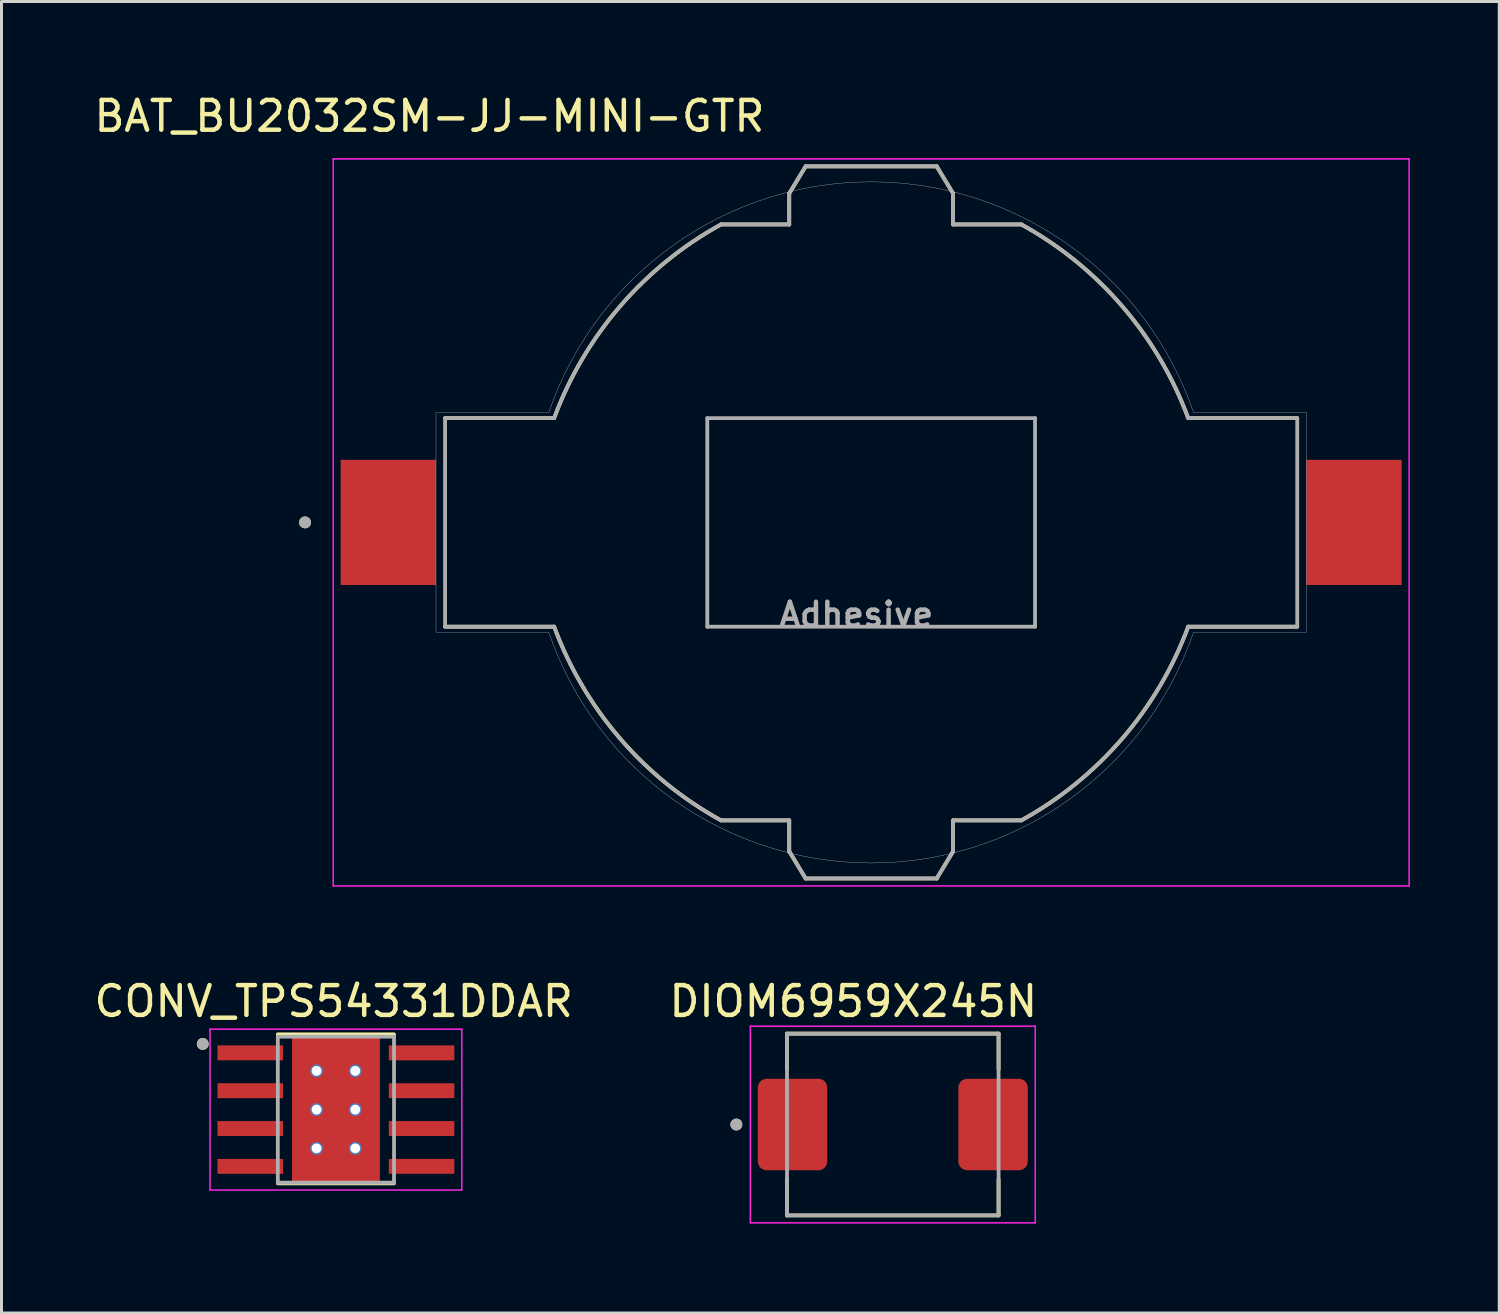
<source format=kicad_pcb>
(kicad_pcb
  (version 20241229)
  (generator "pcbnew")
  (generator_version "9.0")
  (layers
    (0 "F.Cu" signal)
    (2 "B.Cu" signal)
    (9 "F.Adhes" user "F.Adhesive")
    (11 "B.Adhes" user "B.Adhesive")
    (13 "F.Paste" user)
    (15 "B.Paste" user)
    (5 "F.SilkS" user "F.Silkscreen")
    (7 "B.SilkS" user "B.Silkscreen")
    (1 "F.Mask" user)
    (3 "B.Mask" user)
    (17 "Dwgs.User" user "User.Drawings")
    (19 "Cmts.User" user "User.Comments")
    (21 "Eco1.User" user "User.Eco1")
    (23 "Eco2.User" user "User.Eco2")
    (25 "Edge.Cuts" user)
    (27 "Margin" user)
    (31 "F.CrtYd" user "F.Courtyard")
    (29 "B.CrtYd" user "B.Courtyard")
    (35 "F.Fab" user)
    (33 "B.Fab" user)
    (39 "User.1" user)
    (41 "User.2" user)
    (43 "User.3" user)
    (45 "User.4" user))
  (footprint "DIOM6959X245N"
    (layer "F.Cu")
    (at 26.914 34.691)
    (property "Reference" "DIOM6959X245N" (at -1.325 -4.135 0) (layer "F.SilkS") (effects (font (size 1 1) (thickness 0.15))))
    (attr smd)
    (fp_line (start -3.55 -3.05) (end 3.55 -3.05) (stroke (width 0.127) (type solid)) (layer "F.SilkS"))
    (fp_line (start -3.55 -1.849) (end -3.55 -3.05) (stroke (width 0.127) (type solid)) (layer "F.SilkS"))
    (fp_line (start -3.55 1.849) (end -3.55 3.05) (stroke (width 0.127) (type solid)) (layer "F.SilkS"))
    (fp_line (start -3.55 3.05) (end 3.55 3.05) (stroke (width 0.127) (type solid)) (layer "F.SilkS"))
    (fp_line (start 3.55 -3.05) (end 3.55 -1.849) (stroke (width 0.127) (type solid)) (layer "F.SilkS"))
    (fp_line (start 3.55 3.05) (end 3.55 1.849) (stroke (width 0.127) (type solid)) (layer "F.SilkS"))
    (fp_circle (center -5.25 0) (end -5.15 0) (stroke (width 0.2) (type solid)) (fill no) (layer "F.SilkS"))
    (fp_line (start -4.78 -3.3) (end 4.78 -3.3) (stroke (width 0.05) (type solid)) (layer "F.CrtYd"))
    (fp_line (start -4.78 3.3) (end -4.78 -3.3) (stroke (width 0.05) (type solid)) (layer "F.CrtYd"))
    (fp_line (start 4.78 -3.3) (end 4.78 3.3) (stroke (width 0.05) (type solid)) (layer "F.CrtYd"))
    (fp_line (start 4.78 3.3) (end -4.78 3.3) (stroke (width 0.05) (type solid)) (layer "F.CrtYd"))
    (fp_line (start -3.55 -3.05) (end 3.55 -3.05) (stroke (width 0.127) (type solid)) (layer "F.Fab"))
    (fp_line (start -3.55 3.05) (end -3.55 -3.05) (stroke (width 0.127) (type solid)) (layer "F.Fab"))
    (fp_line (start 3.55 -3.05) (end 3.55 3.05) (stroke (width 0.127) (type solid)) (layer "F.Fab"))
    (fp_line (start 3.55 3.05) (end -3.55 3.05) (stroke (width 0.127) (type solid)) (layer "F.Fab"))
    (fp_circle (center -5.25 0) (end -5.15 0) (stroke (width 0.2) (type solid)) (fill no) (layer "F.Fab"))
    (pad "A" smd roundrect (at 3.365 0) (size 2.33 3.07) (layers "F.Cu" "F.Mask" "F.Paste") (roundrect_rratio 0.125))
    (pad "C" smd roundrect (at -3.365 0) (size 2.33 3.07) (layers "F.Cu" "F.Mask" "F.Paste") (roundrect_rratio 0.125)))
  (footprint "CONV_TPS54331DDAR"
    (layer "F.Cu")
    (at 8.224 34.191)
    (property "Reference" "CONV_TPS54331DDAR" (at -0.075 -3.635 0) (layer "F.SilkS") (effects (font (size 1 1) (thickness 0.15))))
    (attr smd)
    (fp_poly (pts (xy -4.045 -2.225) (xy -1.705 -2.225) (xy -1.705 -1.585) (xy -4.045 -1.585)) (stroke (width 0.01) (type solid)) (fill yes) (layer "F.Mask"))
    (fp_poly (pts (xy -4.045 -0.955) (xy -1.705 -0.955) (xy -1.705 -0.315) (xy -4.045 -0.315)) (stroke (width 0.01) (type solid)) (fill yes) (layer "F.Mask"))
    (fp_poly (pts (xy -4.045 0.315) (xy -1.705 0.315) (xy -1.705 0.955) (xy -4.045 0.955)) (stroke (width 0.01) (type solid)) (fill yes) (layer "F.Mask"))
    (fp_poly (pts (xy -4.045 1.585) (xy -1.705 1.585) (xy -1.705 2.225) (xy -4.045 2.225)) (stroke (width 0.01) (type solid)) (fill yes) (layer "F.Mask"))
    (fp_poly (pts (xy -1.2 -1.55) (xy 1.2 -1.55) (xy 1.2 1.55) (xy -1.2 1.55)) (stroke (width 0.01) (type solid)) (fill yes) (layer "F.Mask"))
    (fp_poly (pts (xy 1.705 -2.225) (xy 4.045 -2.225) (xy 4.045 -1.585) (xy 1.705 -1.585)) (stroke (width 0.01) (type solid)) (fill yes) (layer "F.Mask"))
    (fp_poly (pts (xy 1.705 -0.955) (xy 4.045 -0.955) (xy 4.045 -0.315) (xy 1.705 -0.315)) (stroke (width 0.01) (type solid)) (fill yes) (layer "F.Mask"))
    (fp_poly (pts (xy 1.705 0.315) (xy 4.045 0.315) (xy 4.045 0.955) (xy 1.705 0.955)) (stroke (width 0.01) (type solid)) (fill yes) (layer "F.Mask"))
    (fp_poly (pts (xy 1.705 1.585) (xy 4.045 1.585) (xy 4.045 2.225) (xy 1.705 2.225)) (stroke (width 0.01) (type solid)) (fill yes) (layer "F.Mask"))
    (fp_line (start -1.95 -2.525) (end 1.95 -2.525) (stroke (width 0.127) (type solid)) (layer "F.SilkS"))
    (fp_line (start -1.95 2.475) (end 1.95 2.475) (stroke (width 0.127) (type solid)) (layer "F.SilkS"))
    (fp_circle (center -4.47 -2.205) (end -4.37 -2.205) (stroke (width 0.2) (type solid)) (fill no) (layer "F.SilkS"))
    (fp_poly (pts (xy -3.95 -2.13) (xy -1.8 -2.13) (xy -1.8 -1.68) (xy -3.95 -1.68)) (stroke (width 0.01) (type solid)) (fill yes) (layer "F.Paste"))
    (fp_poly (pts (xy -3.95 -0.86) (xy -1.8 -0.86) (xy -1.8 -0.41) (xy -3.95 -0.41)) (stroke (width 0.01) (type solid)) (fill yes) (layer "F.Paste"))
    (fp_poly (pts (xy -3.95 0.41) (xy -1.8 0.41) (xy -1.8 0.86) (xy -3.95 0.86)) (stroke (width 0.01) (type solid)) (fill yes) (layer "F.Paste"))
    (fp_poly (pts (xy -3.95 1.68) (xy -1.8 1.68) (xy -1.8 2.13) (xy -3.95 2.13)) (stroke (width 0.01) (type solid)) (fill yes) (layer "F.Paste"))
    (fp_poly (pts (xy -1.2 -1.55) (xy 1.2 -1.55) (xy 1.2 1.55) (xy -1.2 1.55)) (stroke (width 0.01) (type solid)) (fill yes) (layer "F.Paste"))
    (fp_poly (pts (xy 1.8 -2.13) (xy 3.95 -2.13) (xy 3.95 -1.68) (xy 1.8 -1.68)) (stroke (width 0.01) (type solid)) (fill yes) (layer "F.Paste"))
    (fp_poly (pts (xy 1.8 -0.86) (xy 3.95 -0.86) (xy 3.95 -0.41) (xy 1.8 -0.41)) (stroke (width 0.01) (type solid)) (fill yes) (layer "F.Paste"))
    (fp_poly (pts (xy 1.8 0.41) (xy 3.95 0.41) (xy 3.95 0.86) (xy 1.8 0.86)) (stroke (width 0.01) (type solid)) (fill yes) (layer "F.Paste"))
    (fp_poly (pts (xy 1.8 1.68) (xy 3.95 1.68) (xy 3.95 2.13) (xy 1.8 2.13)) (stroke (width 0.01) (type solid)) (fill yes) (layer "F.Paste"))
    (fp_line (start -4.225 -2.7) (end -4.225 2.7) (stroke (width 0.05) (type solid)) (layer "F.CrtYd"))
    (fp_line (start -4.225 -2.7) (end 4.225 -2.7) (stroke (width 0.05) (type solid)) (layer "F.CrtYd"))
    (fp_line (start -4.225 2.7) (end 4.225 2.7) (stroke (width 0.05) (type solid)) (layer "F.CrtYd"))
    (fp_line (start 4.225 -2.7) (end 4.225 2.7) (stroke (width 0.05) (type solid)) (layer "F.CrtYd"))
    (fp_line (start -1.95 -2.45) (end -1.95 2.45) (stroke (width 0.127) (type solid)) (layer "F.Fab"))
    (fp_line (start -1.95 -2.45) (end 1.95 -2.45) (stroke (width 0.127) (type solid)) (layer "F.Fab"))
    (fp_line (start -1.95 2.45) (end 1.95 2.45) (stroke (width 0.127) (type solid)) (layer "F.Fab"))
    (fp_line (start 1.95 -2.45) (end 1.95 2.45) (stroke (width 0.127) (type solid)) (layer "F.Fab"))
    (fp_circle (center -4.47 -2.205) (end -4.37 -2.205) (stroke (width 0.2) (type solid)) (fill no) (layer "F.Fab"))
    (pad "1" smd rect (at -2.875 -1.905) (size 2.2 0.5) (layers "F.Cu"))
    (pad "2" smd rect (at -2.875 -0.635) (size 2.2 0.5) (layers "F.Cu"))
    (pad "3" smd rect (at -2.875 0.635) (size 2.2 0.5) (layers "F.Cu"))
    (pad "4" smd rect (at -2.875 1.905) (size 2.2 0.5) (layers "F.Cu"))
    (pad "5" smd roundrect (at 2.875 1.905) (size 2.2 0.5) (layers "F.Cu") (roundrect_rratio 0.05))
    (pad "6" smd roundrect (at 2.875 0.635) (size 2.2 0.5) (layers "F.Cu") (roundrect_rratio 0.05))
    (pad "7" smd roundrect (at 2.875 -0.635) (size 2.2 0.5) (layers "F.Cu") (roundrect_rratio 0.05))
    (pad "8" smd roundrect (at 2.875 -1.905) (size 2.2 0.5) (layers "F.Cu") (roundrect_rratio 0.05))
    (pad "9" smd rect (at 0 0) (size 2.95 4.9) (layers "F.Cu"))
    (pad "10" thru_hole circle (at -0.65 -1.3) (size 0.43 0.43) (drill 0.33) (layers "*.Cu"))
    (pad "11" thru_hole circle (at 0.65 -1.3) (size 0.43 0.43) (drill 0.33) (layers "*.Cu"))
    (pad "12" thru_hole circle (at -0.65 0) (size 0.43 0.43) (drill 0.33) (layers "*.Cu"))
    (pad "13" thru_hole circle (at 0.65 0) (size 0.43 0.43) (drill 0.33) (layers "*.Cu"))
    (pad "14" thru_hole circle (at -0.65 1.3) (size 0.43 0.43) (drill 0.33) (layers "*.Cu"))
    (pad "15" thru_hole circle (at 0.65 1.3) (size 0.43 0.43) (drill 0.33) (layers "*.Cu")))
  (footprint "BAT_BU2032SM-JJ-MINI-GTR"
    (layer "F.Cu")
    (at 26.188 14.483)
    (property "Reference" "BAT_BU2032SM-JJ-MINI-GTR" (at -14.825 -13.635 0) (layer "F.SilkS") (effects (font (size 1 1) (thickness 0.15))))
    (attr smd)
    (fp_line (start -14.3 3.5) (end -10.64 3.5) (stroke (width 0.127) (type solid)) (layer "F.SilkS"))
    (fp_line (start -10.64 -3.5) (end -14.3 -3.5) (stroke (width 0.127) (type solid)) (layer "F.SilkS"))
    (fp_line (start -5.04 -10) (end -2.75 -10) (stroke (width 0.127) (type solid)) (layer "F.SilkS"))
    (fp_line (start -2.75 -11.04) (end -2.2 -11.95) (stroke (width 0.127) (type solid)) (layer "F.SilkS"))
    (fp_line (start -2.75 -10) (end -2.75 -11.04) (stroke (width 0.127) (type solid)) (layer "F.SilkS"))
    (fp_line (start -2.75 10) (end -5.04 10) (stroke (width 0.127) (type solid)) (layer "F.SilkS"))
    (fp_line (start -2.75 11.04) (end -2.75 10) (stroke (width 0.127) (type solid)) (layer "F.SilkS"))
    (fp_line (start -2.2 -11.95) (end 2.2 -11.95) (stroke (width 0.127) (type solid)) (layer "F.SilkS"))
    (fp_line (start -2.2 11.95) (end -2.75 11.04) (stroke (width 0.127) (type solid)) (layer "F.SilkS"))
    (fp_line (start 2.2 -11.95) (end 2.75 -11.04) (stroke (width 0.127) (type solid)) (layer "F.SilkS"))
    (fp_line (start 2.2 11.95) (end -2.2 11.95) (stroke (width 0.127) (type solid)) (layer "F.SilkS"))
    (fp_line (start 2.75 -11.04) (end 2.75 -10) (stroke (width 0.127) (type solid)) (layer "F.SilkS"))
    (fp_line (start 2.75 -10) (end 5.04 -10) (stroke (width 0.127) (type solid)) (layer "F.SilkS"))
    (fp_line (start 2.75 10) (end 2.75 11.04) (stroke (width 0.127) (type solid)) (layer "F.SilkS"))
    (fp_line (start 2.75 11.04) (end 2.2 11.95) (stroke (width 0.127) (type solid)) (layer "F.SilkS"))
    (fp_line (start 5.04 10) (end 2.75 10) (stroke (width 0.127) (type solid)) (layer "F.SilkS"))
    (fp_line (start 10.64 3.5) (end 14.3 3.5) (stroke (width 0.127) (type solid)) (layer "F.SilkS"))
    (fp_line (start 14.3 -3.5) (end 10.64 -3.5) (stroke (width 0.127) (type solid)) (layer "F.SilkS"))
    (fp_arc (start -10.64 -3.5) (mid -8.425939 -7.254809) (end -5.04 -10) (stroke (width 0.127) (type solid)) (layer "F.SilkS"))
    (fp_arc (start -5.04 10) (mid -8.425939 7.254809) (end -10.64 3.5) (stroke (width 0.127) (type solid)) (layer "F.SilkS"))
    (fp_arc (start 5.04 -10) (mid 8.425939 -7.254809) (end 10.64 -3.5) (stroke (width 0.127) (type solid)) (layer "F.SilkS"))
    (fp_arc (start 10.64 3.5) (mid 8.425939 7.254809) (end 5.04 10) (stroke (width 0.127) (type solid)) (layer "F.SilkS"))
    (fp_circle (center -19 0) (end -18.9 0) (stroke (width 0.2) (type solid)) (fill no) (layer "F.SilkS"))
    (fp_line (start -14.605 -3.685) (end -14.605 3.685) (stroke (width 0.01) (type solid)) (layer "Edge.Cuts"))
    (fp_line (start -14.605 3.685) (end -10.82 3.685) (stroke (width 0.01) (type solid)) (layer "Edge.Cuts"))
    (fp_line (start -10.82 -3.685) (end -14.605 -3.685) (stroke (width 0.01) (type solid)) (layer "Edge.Cuts"))
    (fp_line (start 10.82 3.685) (end 14.605 3.685) (stroke (width 0.01) (type solid)) (layer "Edge.Cuts"))
    (fp_line (start 14.605 -3.685) (end 10.82 -3.685) (stroke (width 0.01) (type solid)) (layer "Edge.Cuts"))
    (fp_line (start 14.605 3.685) (end 14.605 -3.685) (stroke (width 0.01) (type solid)) (layer "Edge.Cuts"))
    (fp_arc (start -10.82 -3.685) (mid -6.653137 -9.294201) (end 0 -11.43) (stroke (width 0.01) (type solid)) (layer "Edge.Cuts"))
    (fp_arc (start 0 -11.43) (mid 6.653137 -9.294201) (end 10.82 -3.685) (stroke (width 0.01) (type solid)) (layer "Edge.Cuts"))
    (fp_arc (start 0 11.43) (mid -6.653137 9.294201) (end -10.82 3.685) (stroke (width 0.01) (type solid)) (layer "Edge.Cuts"))
    (fp_arc (start 10.82 3.685) (mid 6.653137 9.294201) (end 0 11.43) (stroke (width 0.01) (type solid)) (layer "Edge.Cuts"))
    (fp_line (start -18.055 -12.2) (end -18.055 12.2) (stroke (width 0.05) (type solid)) (layer "F.CrtYd"))
    (fp_line (start -18.055 12.2) (end 18.055 12.2) (stroke (width 0.05) (type solid)) (layer "F.CrtYd"))
    (fp_line (start 18.055 -12.2) (end -18.055 -12.2) (stroke (width 0.05) (type solid)) (layer "F.CrtYd"))
    (fp_line (start 18.055 12.2) (end 18.055 -12.2) (stroke (width 0.05) (type solid)) (layer "F.CrtYd"))
    (fp_line (start -14.3 -3.5) (end -14.3 3.5) (stroke (width 0.127) (type solid)) (layer "F.Fab"))
    (fp_line (start -14.3 3.5) (end -10.64 3.5) (stroke (width 0.127) (type solid)) (layer "F.Fab"))
    (fp_line (start -10.64 -3.5) (end -14.3 -3.5) (stroke (width 0.127) (type solid)) (layer "F.Fab"))
    (fp_line (start -5.5 -3.5) (end -5.5 3.5) (stroke (width 0.127) (type solid)) (layer "F.Fab"))
    (fp_line (start -5.5 3.5) (end 5.5 3.5) (stroke (width 0.127) (type solid)) (layer "F.Fab"))
    (fp_line (start -5.04 -10) (end -2.75 -10) (stroke (width 0.127) (type solid)) (layer "F.Fab"))
    (fp_line (start -2.75 -11.04) (end -2.2 -11.95) (stroke (width 0.127) (type solid)) (layer "F.Fab"))
    (fp_line (start -2.75 -10) (end -2.75 -11.04) (stroke (width 0.127) (type solid)) (layer "F.Fab"))
    (fp_line (start -2.75 10) (end -5.04 10) (stroke (width 0.127) (type solid)) (layer "F.Fab"))
    (fp_line (start -2.75 11.04) (end -2.75 10) (stroke (width 0.127) (type solid)) (layer "F.Fab"))
    (fp_line (start -2.2 -11.95) (end 2.2 -11.95) (stroke (width 0.127) (type solid)) (layer "F.Fab"))
    (fp_line (start -2.2 11.95) (end -2.75 11.04) (stroke (width 0.127) (type solid)) (layer "F.Fab"))
    (fp_line (start 2.2 -11.95) (end 2.75 -11.04) (stroke (width 0.127) (type solid)) (layer "F.Fab"))
    (fp_line (start 2.2 11.95) (end -2.2 11.95) (stroke (width 0.127) (type solid)) (layer "F.Fab"))
    (fp_line (start 2.75 -11.04) (end 2.75 -10) (stroke (width 0.127) (type solid)) (layer "F.Fab"))
    (fp_line (start 2.75 -10) (end 5.04 -10) (stroke (width 0.127) (type solid)) (layer "F.Fab"))
    (fp_line (start 2.75 10) (end 2.75 11.04) (stroke (width 0.127) (type solid)) (layer "F.Fab"))
    (fp_line (start 2.75 11.04) (end 2.2 11.95) (stroke (width 0.127) (type solid)) (layer "F.Fab"))
    (fp_line (start 5.04 10) (end 2.75 10) (stroke (width 0.127) (type solid)) (layer "F.Fab"))
    (fp_line (start 5.5 -3.5) (end -5.5 -3.5) (stroke (width 0.127) (type solid)) (layer "F.Fab"))
    (fp_line (start 5.5 3.5) (end 5.5 -3.5) (stroke (width 0.127) (type solid)) (layer "F.Fab"))
    (fp_line (start 10.64 3.5) (end 14.3 3.5) (stroke (width 0.127) (type solid)) (layer "F.Fab"))
    (fp_line (start 14.3 -3.5) (end 10.64 -3.5) (stroke (width 0.127) (type solid)) (layer "F.Fab"))
    (fp_line (start 14.3 3.5) (end 14.3 -3.5) (stroke (width 0.127) (type solid)) (layer "F.Fab"))
    (fp_arc (start -10.64 -3.5) (mid -8.425939 -7.254809) (end -5.04 -10) (stroke (width 0.127) (type solid)) (layer "F.Fab"))
    (fp_arc (start -5.04 10) (mid -8.425939 7.254809) (end -10.64 3.5) (stroke (width 0.127) (type solid)) (layer "F.Fab"))
    (fp_arc (start 5.04 -10) (mid 8.425939 -7.254809) (end 10.64 -3.5) (stroke (width 0.127) (type solid)) (layer "F.Fab"))
    (fp_arc (start 10.64 3.5) (mid 8.425939 7.254809) (end 5.04 10) (stroke (width 0.127) (type solid)) (layer "F.Fab"))
    (fp_circle (center -19 0) (end -18.9 0) (stroke (width 0.2) (type solid)) (fill no) (layer "F.Fab"))
    (fp_text user "Adhesive" (at -0.5 3.1 0) (layer "F.Fab") (effects (font (size 0.8 0.8) (thickness 0.15))))
    (pad "+" smd rect (at -16.205 0) (size 3.2 4.2) (layers "F.Cu" "F.Mask" "F.Paste"))
    (pad "-" smd rect (at 16.205 0) (size 3.2 4.2) (layers "F.Cu" "F.Mask" "F.Paste")))
  (gr_rect
    (start -3 -3)
    (end 47.268 41.017)
    (stroke (width 0.1) (type default))
    (fill no)
    (layer "Edge.Cuts")))
</source>
